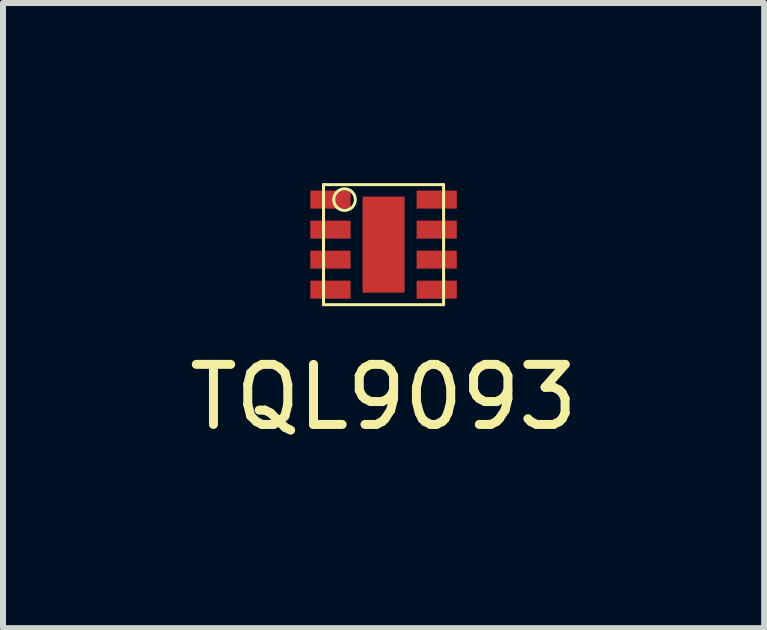
<source format=kicad_pcb>
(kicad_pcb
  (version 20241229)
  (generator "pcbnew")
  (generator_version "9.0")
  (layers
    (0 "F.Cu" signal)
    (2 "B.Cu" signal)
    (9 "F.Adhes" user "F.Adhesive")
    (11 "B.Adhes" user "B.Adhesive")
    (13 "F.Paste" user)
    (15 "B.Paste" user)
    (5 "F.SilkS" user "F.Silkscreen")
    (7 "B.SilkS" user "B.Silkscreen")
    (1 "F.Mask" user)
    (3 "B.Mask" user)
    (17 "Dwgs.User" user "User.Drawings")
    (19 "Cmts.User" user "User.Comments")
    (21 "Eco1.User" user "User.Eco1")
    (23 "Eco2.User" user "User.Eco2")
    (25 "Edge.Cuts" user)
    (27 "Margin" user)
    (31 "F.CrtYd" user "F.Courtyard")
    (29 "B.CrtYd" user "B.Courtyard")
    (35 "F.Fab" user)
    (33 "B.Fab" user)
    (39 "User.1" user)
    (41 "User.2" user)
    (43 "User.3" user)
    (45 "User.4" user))
  (footprint "TQL9093"
    (layer "F.Cu")
    (at 3.339 1.025)
    (property "Reference" "TQL9093" (at 0 2.54 0) (layer "F.SilkS") (effects (font (size 1 1) (thickness 0.15))))
    (attr through_hole)
    (fp_line (start -1 -1) (end 1 -1) (stroke (width 0.05) (type solid)) (layer "F.SilkS"))
    (fp_line (start -1 1) (end -1 -1) (stroke (width 0.05) (type solid)) (layer "F.SilkS"))
    (fp_line (start 1 -1) (end 1 1) (stroke (width 0.05) (type solid)) (layer "F.SilkS"))
    (fp_line (start 1 1) (end -1 1) (stroke (width 0.05) (type solid)) (layer "F.SilkS"))
    (fp_circle (center -0.65 -0.75) (end -0.47 -0.75) (stroke (width 0.05) (type solid)) (fill no) (layer "F.SilkS"))
    (pad "1" smd rect (at -0.885 -0.75) (size 0.67 0.3) (layers "F.Cu" "F.Mask" "F.Paste"))
    (pad "2" smd rect (at -0.885 -0.25) (size 0.67 0.3) (layers "F.Cu" "F.Mask" "F.Paste"))
    (pad "3" smd rect (at -0.885 0.25) (size 0.67 0.3) (layers "F.Cu" "F.Mask" "F.Paste"))
    (pad "4" smd rect (at -0.885 0.75) (size 0.67 0.3) (layers "F.Cu" "F.Mask" "F.Paste"))
    (pad "5" smd rect (at 0.885 -0.75) (size 0.67 0.3) (layers "F.Cu" "F.Mask" "F.Paste"))
    (pad "6" smd rect (at 0.885 -0.25) (size 0.67 0.3) (layers "F.Cu" "F.Mask" "F.Paste"))
    (pad "7" smd rect (at 0.885 0.25) (size 0.67 0.3) (layers "F.Cu" "F.Mask" "F.Paste"))
    (pad "8" smd rect (at 0.885 0.75) (size 0.67 0.3) (layers "F.Cu" "F.Mask" "F.Paste"))
    (pad "9" smd rect (at 0 0) (size 0.7 1.6) (layers "F.Cu" "F.Mask" "F.Paste")))
  (gr_rect
    (start -3 -3)
    (end 9.679 7.413)
    (stroke (width 0.1) (type default))
    (fill no)
    (layer "Edge.Cuts")))
</source>
